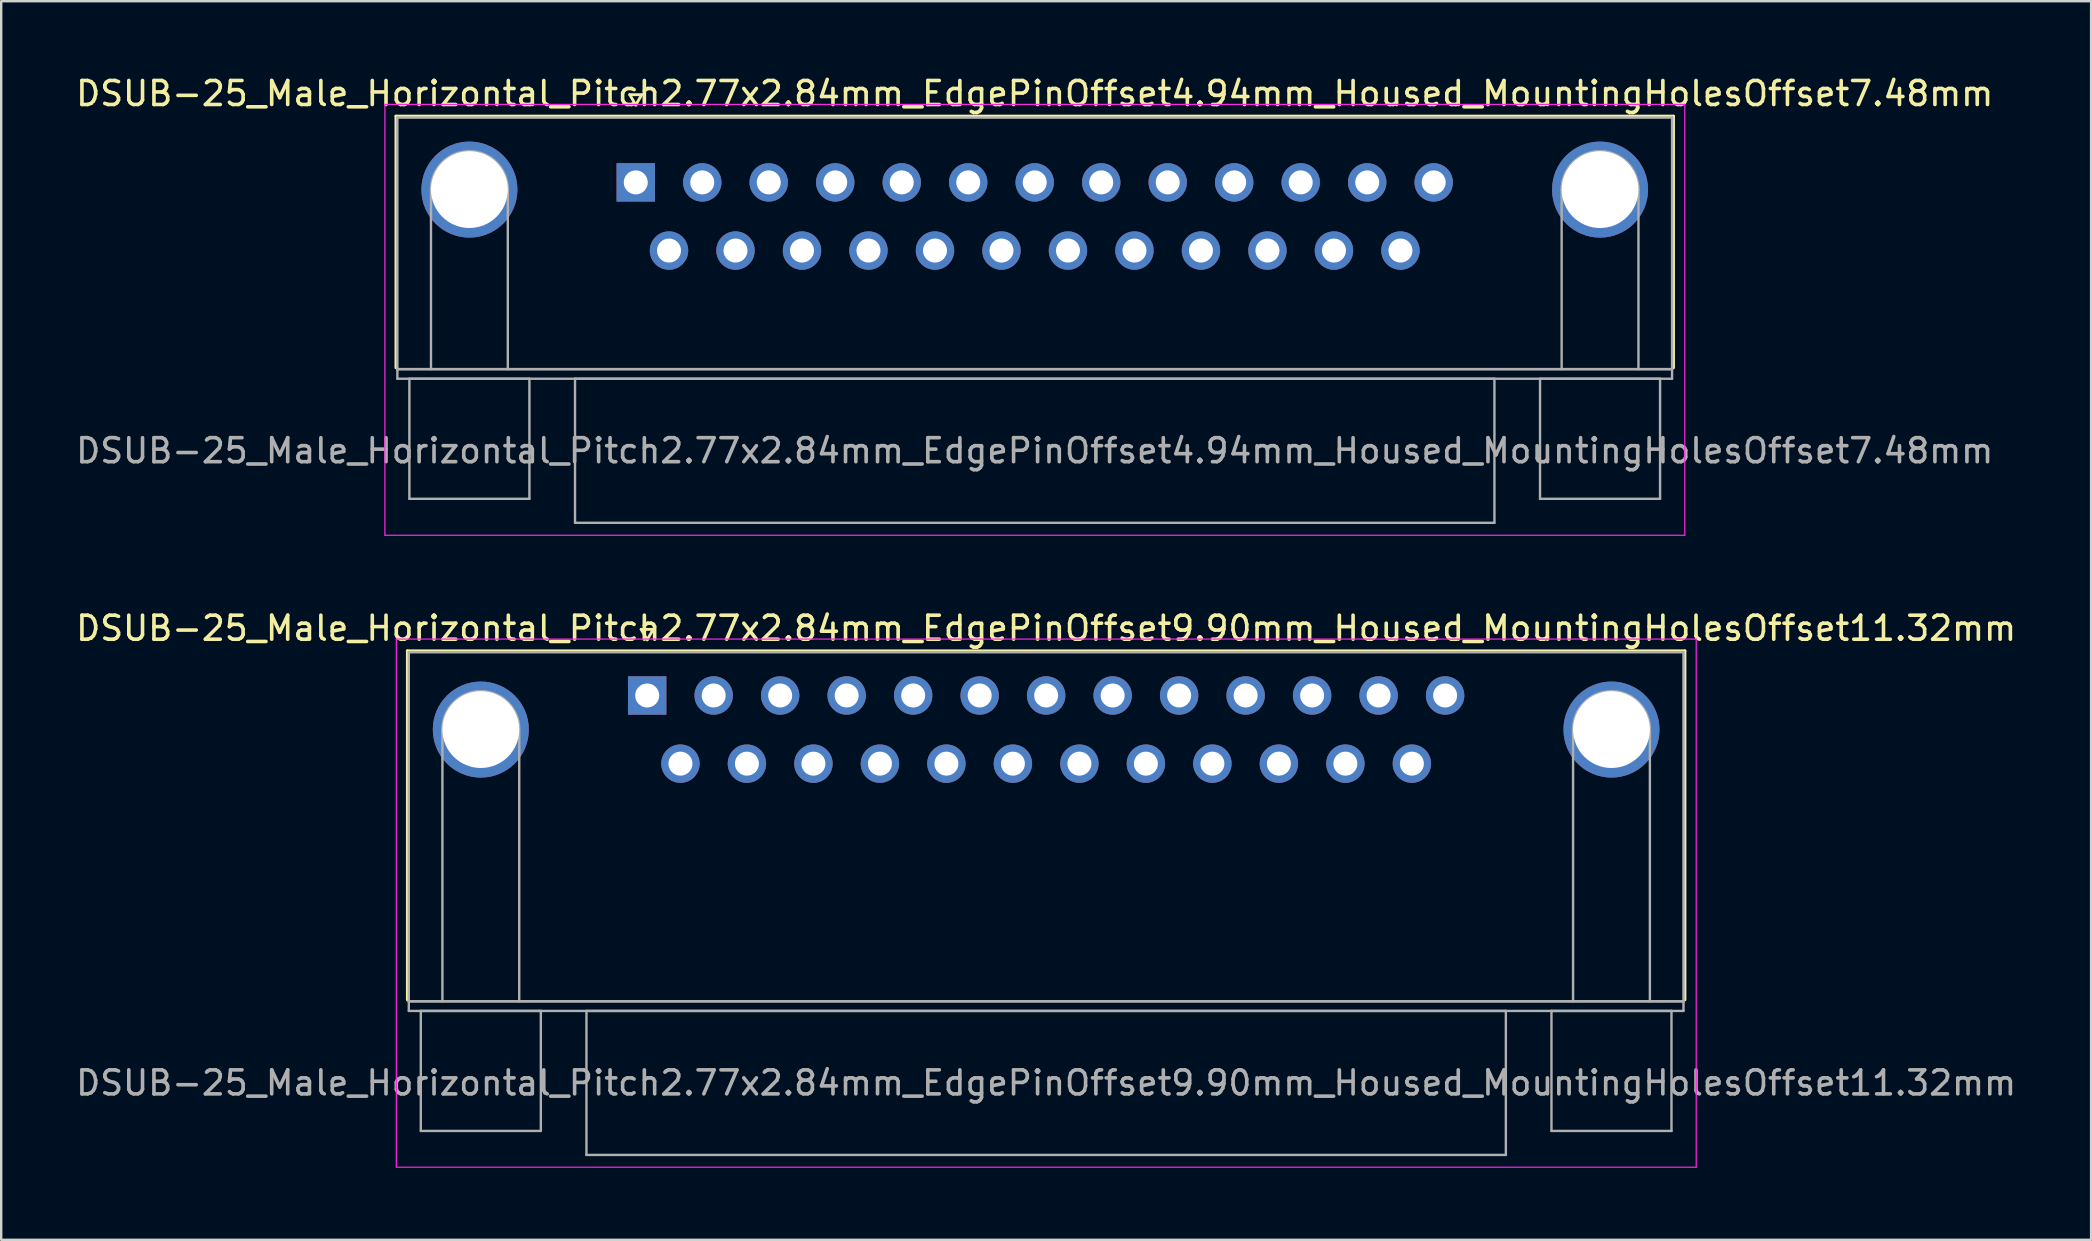
<source format=kicad_pcb>
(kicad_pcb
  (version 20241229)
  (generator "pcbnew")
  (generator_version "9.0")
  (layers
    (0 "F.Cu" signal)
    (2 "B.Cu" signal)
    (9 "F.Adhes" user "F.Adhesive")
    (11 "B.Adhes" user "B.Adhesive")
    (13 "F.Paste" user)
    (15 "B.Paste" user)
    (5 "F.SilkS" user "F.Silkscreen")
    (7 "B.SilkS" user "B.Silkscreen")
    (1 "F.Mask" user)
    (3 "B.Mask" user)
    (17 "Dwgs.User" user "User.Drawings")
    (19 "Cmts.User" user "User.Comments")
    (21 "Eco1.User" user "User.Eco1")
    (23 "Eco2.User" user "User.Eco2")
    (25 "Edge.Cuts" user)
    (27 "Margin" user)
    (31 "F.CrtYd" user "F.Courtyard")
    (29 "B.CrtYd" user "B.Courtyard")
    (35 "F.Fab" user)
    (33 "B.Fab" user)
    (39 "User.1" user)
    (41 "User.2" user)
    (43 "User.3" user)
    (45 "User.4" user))
  (footprint "DSUB-25_Male_Horizontal_Pitch2.77x2.84mm_EdgePinOffset4.94mm_Housed_MountingHolesOffset7.48mm"
    (layer "F.Cu")
    (at 23.434 4.548)
    (property "Reference" "DSUB-25_Male_Horizontal_Pitch2.77x2.84mm_EdgePinOffset4.94mm_Housed_MountingHolesOffset7.48mm" (at 16.62 -3.7 0) (layer "F.SilkS") (effects (font (size 1 1) (thickness 0.15))))
    (attr through_hole)
    (fp_line (start -9.99 -2.76) (end 43.23 -2.76) (stroke (width 0.12) (type solid)) (layer "F.SilkS"))
    (fp_line (start -9.99 7.72) (end -9.99 -2.76) (stroke (width 0.12) (type solid)) (layer "F.SilkS"))
    (fp_line (start -0.25 -3.654) (end 0.25 -3.654) (stroke (width 0.12) (type solid)) (layer "F.SilkS"))
    (fp_line (start 0 -3.221) (end -0.25 -3.654) (stroke (width 0.12) (type solid)) (layer "F.SilkS"))
    (fp_line (start 0.25 -3.654) (end 0 -3.221) (stroke (width 0.12) (type solid)) (layer "F.SilkS"))
    (fp_line (start 43.23 -2.76) (end 43.23 7.72) (stroke (width 0.12) (type solid)) (layer "F.SilkS"))
    (fp_line (start -10.45 -3.25) (end -10.45 14.7) (stroke (width 0.05) (type solid)) (layer "F.CrtYd"))
    (fp_line (start -10.45 14.7) (end 43.7 14.7) (stroke (width 0.05) (type solid)) (layer "F.CrtYd"))
    (fp_line (start 43.7 -3.25) (end -10.45 -3.25) (stroke (width 0.05) (type solid)) (layer "F.CrtYd"))
    (fp_line (start 43.7 14.7) (end 43.7 -3.25) (stroke (width 0.05) (type solid)) (layer "F.CrtYd"))
    (fp_line (start -9.93 -2.7) (end -9.93 7.78) (stroke (width 0.1) (type solid)) (layer "F.Fab"))
    (fp_line (start -9.93 7.78) (end -9.93 8.18) (stroke (width 0.1) (type solid)) (layer "F.Fab"))
    (fp_line (start -9.93 7.78) (end 43.17 7.78) (stroke (width 0.1) (type solid)) (layer "F.Fab"))
    (fp_line (start -9.93 8.18) (end 43.17 8.18) (stroke (width 0.1) (type solid)) (layer "F.Fab"))
    (fp_line (start -9.43 8.18) (end -9.43 13.18) (stroke (width 0.1) (type solid)) (layer "F.Fab"))
    (fp_line (start -9.43 13.18) (end -4.43 13.18) (stroke (width 0.1) (type solid)) (layer "F.Fab"))
    (fp_line (start -8.53 7.78) (end -8.53 0.3) (stroke (width 0.1) (type solid)) (layer "F.Fab"))
    (fp_line (start -5.33 7.78) (end -5.33 0.3) (stroke (width 0.1) (type solid)) (layer "F.Fab"))
    (fp_line (start -4.43 8.18) (end -9.43 8.18) (stroke (width 0.1) (type solid)) (layer "F.Fab"))
    (fp_line (start -4.43 13.18) (end -4.43 8.18) (stroke (width 0.1) (type solid)) (layer "F.Fab"))
    (fp_line (start -2.53 8.18) (end -2.53 14.18) (stroke (width 0.1) (type solid)) (layer "F.Fab"))
    (fp_line (start -2.53 14.18) (end 35.77 14.18) (stroke (width 0.1) (type solid)) (layer "F.Fab"))
    (fp_line (start 35.77 8.18) (end -2.53 8.18) (stroke (width 0.1) (type solid)) (layer "F.Fab"))
    (fp_line (start 35.77 14.18) (end 35.77 8.18) (stroke (width 0.1) (type solid)) (layer "F.Fab"))
    (fp_line (start 37.67 8.18) (end 37.67 13.18) (stroke (width 0.1) (type solid)) (layer "F.Fab"))
    (fp_line (start 37.67 13.18) (end 42.67 13.18) (stroke (width 0.1) (type solid)) (layer "F.Fab"))
    (fp_line (start 38.57 7.78) (end 38.57 0.3) (stroke (width 0.1) (type solid)) (layer "F.Fab"))
    (fp_line (start 41.77 7.78) (end 41.77 0.3) (stroke (width 0.1) (type solid)) (layer "F.Fab"))
    (fp_line (start 42.67 8.18) (end 37.67 8.18) (stroke (width 0.1) (type solid)) (layer "F.Fab"))
    (fp_line (start 42.67 13.18) (end 42.67 8.18) (stroke (width 0.1) (type solid)) (layer "F.Fab"))
    (fp_line (start 43.17 -2.7) (end -9.93 -2.7) (stroke (width 0.1) (type solid)) (layer "F.Fab"))
    (fp_line (start 43.17 7.78) (end -9.93 7.78) (stroke (width 0.1) (type solid)) (layer "F.Fab"))
    (fp_line (start 43.17 7.78) (end 43.17 -2.7) (stroke (width 0.1) (type solid)) (layer "F.Fab"))
    (fp_line (start 43.17 8.18) (end 43.17 7.78) (stroke (width 0.1) (type solid)) (layer "F.Fab"))
    (fp_arc (start -8.53 0.3) (mid -6.93 -1.3) (end -5.33 0.3) (stroke (width 0.1) (type solid)) (layer "F.Fab"))
    (fp_arc (start 38.57 0.3) (mid 40.17 -1.3) (end 41.77 0.3) (stroke (width 0.1) (type solid)) (layer "F.Fab"))
    (fp_text user "${REFERENCE}" (at 16.62 11.18 0) (layer "F.Fab") (effects (font (size 1 1) (thickness 0.15))))
    (pad "0" thru_hole circle (at -6.93 0.3) (size 4 4) (drill 3.2) (layers "*.Cu" "*.Mask"))
    (pad "0" thru_hole circle (at 40.17 0.3) (size 4 4) (drill 3.2) (layers "*.Cu" "*.Mask"))
    (pad "1" thru_hole rect (at 0 0) (size 1.6 1.6) (drill 1) (layers "*.Cu" "*.Mask"))
    (pad "2" thru_hole circle (at 2.77 0) (size 1.6 1.6) (drill 1) (layers "*.Cu" "*.Mask"))
    (pad "3" thru_hole circle (at 5.54 0) (size 1.6 1.6) (drill 1) (layers "*.Cu" "*.Mask"))
    (pad "4" thru_hole circle (at 8.31 0) (size 1.6 1.6) (drill 1) (layers "*.Cu" "*.Mask"))
    (pad "5" thru_hole circle (at 11.08 0) (size 1.6 1.6) (drill 1) (layers "*.Cu" "*.Mask"))
    (pad "6" thru_hole circle (at 13.85 0) (size 1.6 1.6) (drill 1) (layers "*.Cu" "*.Mask"))
    (pad "7" thru_hole circle (at 16.62 0) (size 1.6 1.6) (drill 1) (layers "*.Cu" "*.Mask"))
    (pad "8" thru_hole circle (at 19.39 0) (size 1.6 1.6) (drill 1) (layers "*.Cu" "*.Mask"))
    (pad "9" thru_hole circle (at 22.16 0) (size 1.6 1.6) (drill 1) (layers "*.Cu" "*.Mask"))
    (pad "10" thru_hole circle (at 24.93 0) (size 1.6 1.6) (drill 1) (layers "*.Cu" "*.Mask"))
    (pad "11" thru_hole circle (at 27.7 0) (size 1.6 1.6) (drill 1) (layers "*.Cu" "*.Mask"))
    (pad "12" thru_hole circle (at 30.47 0) (size 1.6 1.6) (drill 1) (layers "*.Cu" "*.Mask"))
    (pad "13" thru_hole circle (at 33.24 0) (size 1.6 1.6) (drill 1) (layers "*.Cu" "*.Mask"))
    (pad "14" thru_hole circle (at 1.385 2.84) (size 1.6 1.6) (drill 1) (layers "*.Cu" "*.Mask"))
    (pad "15" thru_hole circle (at 4.155 2.84) (size 1.6 1.6) (drill 1) (layers "*.Cu" "*.Mask"))
    (pad "16" thru_hole circle (at 6.925 2.84) (size 1.6 1.6) (drill 1) (layers "*.Cu" "*.Mask"))
    (pad "17" thru_hole circle (at 9.695 2.84) (size 1.6 1.6) (drill 1) (layers "*.Cu" "*.Mask"))
    (pad "18" thru_hole circle (at 12.465 2.84) (size 1.6 1.6) (drill 1) (layers "*.Cu" "*.Mask"))
    (pad "19" thru_hole circle (at 15.235 2.84) (size 1.6 1.6) (drill 1) (layers "*.Cu" "*.Mask"))
    (pad "20" thru_hole circle (at 18.005 2.84) (size 1.6 1.6) (drill 1) (layers "*.Cu" "*.Mask"))
    (pad "21" thru_hole circle (at 20.775 2.84) (size 1.6 1.6) (drill 1) (layers "*.Cu" "*.Mask"))
    (pad "22" thru_hole circle (at 23.545 2.84) (size 1.6 1.6) (drill 1) (layers "*.Cu" "*.Mask"))
    (pad "23" thru_hole circle (at 26.315 2.84) (size 1.6 1.6) (drill 1) (layers "*.Cu" "*.Mask"))
    (pad "24" thru_hole circle (at 29.085 2.84) (size 1.6 1.6) (drill 1) (layers "*.Cu" "*.Mask"))
    (pad "25" thru_hole circle (at 31.855 2.84) (size 1.6 1.6) (drill 1) (layers "*.Cu" "*.Mask")))
  (footprint "DSUB-25_Male_Horizontal_Pitch2.77x2.84mm_EdgePinOffset9.90mm_Housed_MountingHolesOffset11.32mm"
    (layer "F.Cu")
    (at 23.91 25.922)
    (property "Reference" "DSUB-25_Male_Horizontal_Pitch2.77x2.84mm_EdgePinOffset9.90mm_Housed_MountingHolesOffset11.32mm" (at 16.62 -2.8 0) (layer "F.SilkS") (effects (font (size 1 1) (thickness 0.15))))
    (attr through_hole)
    (fp_line (start -9.99 -1.86) (end 43.23 -1.86) (stroke (width 0.12) (type solid)) (layer "F.SilkS"))
    (fp_line (start -9.99 12.68) (end -9.99 -1.86) (stroke (width 0.12) (type solid)) (layer "F.SilkS"))
    (fp_line (start -0.25 -2.754) (end 0.25 -2.754) (stroke (width 0.12) (type solid)) (layer "F.SilkS"))
    (fp_line (start 0 -2.321) (end -0.25 -2.754) (stroke (width 0.12) (type solid)) (layer "F.SilkS"))
    (fp_line (start 0.25 -2.754) (end 0 -2.321) (stroke (width 0.12) (type solid)) (layer "F.SilkS"))
    (fp_line (start 43.23 -1.86) (end 43.23 12.68) (stroke (width 0.12) (type solid)) (layer "F.SilkS"))
    (fp_line (start -10.45 -2.35) (end -10.45 19.65) (stroke (width 0.05) (type solid)) (layer "F.CrtYd"))
    (fp_line (start -10.45 19.65) (end 43.7 19.65) (stroke (width 0.05) (type solid)) (layer "F.CrtYd"))
    (fp_line (start 43.7 -2.35) (end -10.45 -2.35) (stroke (width 0.05) (type solid)) (layer "F.CrtYd"))
    (fp_line (start 43.7 19.65) (end 43.7 -2.35) (stroke (width 0.05) (type solid)) (layer "F.CrtYd"))
    (fp_line (start -9.93 -1.8) (end -9.93 12.74) (stroke (width 0.1) (type solid)) (layer "F.Fab"))
    (fp_line (start -9.93 12.74) (end -9.93 13.14) (stroke (width 0.1) (type solid)) (layer "F.Fab"))
    (fp_line (start -9.93 12.74) (end 43.17 12.74) (stroke (width 0.1) (type solid)) (layer "F.Fab"))
    (fp_line (start -9.93 13.14) (end 43.17 13.14) (stroke (width 0.1) (type solid)) (layer "F.Fab"))
    (fp_line (start -9.43 13.14) (end -9.43 18.14) (stroke (width 0.1) (type solid)) (layer "F.Fab"))
    (fp_line (start -9.43 18.14) (end -4.43 18.14) (stroke (width 0.1) (type solid)) (layer "F.Fab"))
    (fp_line (start -8.53 12.74) (end -8.53 1.42) (stroke (width 0.1) (type solid)) (layer "F.Fab"))
    (fp_line (start -5.33 12.74) (end -5.33 1.42) (stroke (width 0.1) (type solid)) (layer "F.Fab"))
    (fp_line (start -4.43 13.14) (end -9.43 13.14) (stroke (width 0.1) (type solid)) (layer "F.Fab"))
    (fp_line (start -4.43 18.14) (end -4.43 13.14) (stroke (width 0.1) (type solid)) (layer "F.Fab"))
    (fp_line (start -2.53 13.14) (end -2.53 19.14) (stroke (width 0.1) (type solid)) (layer "F.Fab"))
    (fp_line (start -2.53 19.14) (end 35.77 19.14) (stroke (width 0.1) (type solid)) (layer "F.Fab"))
    (fp_line (start 35.77 13.14) (end -2.53 13.14) (stroke (width 0.1) (type solid)) (layer "F.Fab"))
    (fp_line (start 35.77 19.14) (end 35.77 13.14) (stroke (width 0.1) (type solid)) (layer "F.Fab"))
    (fp_line (start 37.67 13.14) (end 37.67 18.14) (stroke (width 0.1) (type solid)) (layer "F.Fab"))
    (fp_line (start 37.67 18.14) (end 42.67 18.14) (stroke (width 0.1) (type solid)) (layer "F.Fab"))
    (fp_line (start 38.57 12.74) (end 38.57 1.42) (stroke (width 0.1) (type solid)) (layer "F.Fab"))
    (fp_line (start 41.77 12.74) (end 41.77 1.42) (stroke (width 0.1) (type solid)) (layer "F.Fab"))
    (fp_line (start 42.67 13.14) (end 37.67 13.14) (stroke (width 0.1) (type solid)) (layer "F.Fab"))
    (fp_line (start 42.67 18.14) (end 42.67 13.14) (stroke (width 0.1) (type solid)) (layer "F.Fab"))
    (fp_line (start 43.17 -1.8) (end -9.93 -1.8) (stroke (width 0.1) (type solid)) (layer "F.Fab"))
    (fp_line (start 43.17 12.74) (end -9.93 12.74) (stroke (width 0.1) (type solid)) (layer "F.Fab"))
    (fp_line (start 43.17 12.74) (end 43.17 -1.8) (stroke (width 0.1) (type solid)) (layer "F.Fab"))
    (fp_line (start 43.17 13.14) (end 43.17 12.74) (stroke (width 0.1) (type solid)) (layer "F.Fab"))
    (fp_arc (start -8.53 1.42) (mid -6.93 -0.18) (end -5.33 1.42) (stroke (width 0.1) (type solid)) (layer "F.Fab"))
    (fp_arc (start 38.57 1.42) (mid 40.17 -0.18) (end 41.77 1.42) (stroke (width 0.1) (type solid)) (layer "F.Fab"))
    (fp_text user "${REFERENCE}" (at 16.62 16.14 0) (layer "F.Fab") (effects (font (size 1 1) (thickness 0.15))))
    (pad "0" thru_hole circle (at -6.93 1.42) (size 4 4) (drill 3.2) (layers "*.Cu" "*.Mask"))
    (pad "0" thru_hole circle (at 40.17 1.42) (size 4 4) (drill 3.2) (layers "*.Cu" "*.Mask"))
    (pad "1" thru_hole rect (at 0 0) (size 1.6 1.6) (drill 1) (layers "*.Cu" "*.Mask"))
    (pad "2" thru_hole circle (at 2.77 0) (size 1.6 1.6) (drill 1) (layers "*.Cu" "*.Mask"))
    (pad "3" thru_hole circle (at 5.54 0) (size 1.6 1.6) (drill 1) (layers "*.Cu" "*.Mask"))
    (pad "4" thru_hole circle (at 8.31 0) (size 1.6 1.6) (drill 1) (layers "*.Cu" "*.Mask"))
    (pad "5" thru_hole circle (at 11.08 0) (size 1.6 1.6) (drill 1) (layers "*.Cu" "*.Mask"))
    (pad "6" thru_hole circle (at 13.85 0) (size 1.6 1.6) (drill 1) (layers "*.Cu" "*.Mask"))
    (pad "7" thru_hole circle (at 16.62 0) (size 1.6 1.6) (drill 1) (layers "*.Cu" "*.Mask"))
    (pad "8" thru_hole circle (at 19.39 0) (size 1.6 1.6) (drill 1) (layers "*.Cu" "*.Mask"))
    (pad "9" thru_hole circle (at 22.16 0) (size 1.6 1.6) (drill 1) (layers "*.Cu" "*.Mask"))
    (pad "10" thru_hole circle (at 24.93 0) (size 1.6 1.6) (drill 1) (layers "*.Cu" "*.Mask"))
    (pad "11" thru_hole circle (at 27.7 0) (size 1.6 1.6) (drill 1) (layers "*.Cu" "*.Mask"))
    (pad "12" thru_hole circle (at 30.47 0) (size 1.6 1.6) (drill 1) (layers "*.Cu" "*.Mask"))
    (pad "13" thru_hole circle (at 33.24 0) (size 1.6 1.6) (drill 1) (layers "*.Cu" "*.Mask"))
    (pad "14" thru_hole circle (at 1.385 2.84) (size 1.6 1.6) (drill 1) (layers "*.Cu" "*.Mask"))
    (pad "15" thru_hole circle (at 4.155 2.84) (size 1.6 1.6) (drill 1) (layers "*.Cu" "*.Mask"))
    (pad "16" thru_hole circle (at 6.925 2.84) (size 1.6 1.6) (drill 1) (layers "*.Cu" "*.Mask"))
    (pad "17" thru_hole circle (at 9.695 2.84) (size 1.6 1.6) (drill 1) (layers "*.Cu" "*.Mask"))
    (pad "18" thru_hole circle (at 12.465 2.84) (size 1.6 1.6) (drill 1) (layers "*.Cu" "*.Mask"))
    (pad "19" thru_hole circle (at 15.235 2.84) (size 1.6 1.6) (drill 1) (layers "*.Cu" "*.Mask"))
    (pad "20" thru_hole circle (at 18.005 2.84) (size 1.6 1.6) (drill 1) (layers "*.Cu" "*.Mask"))
    (pad "21" thru_hole circle (at 20.775 2.84) (size 1.6 1.6) (drill 1) (layers "*.Cu" "*.Mask"))
    (pad "22" thru_hole circle (at 23.545 2.84) (size 1.6 1.6) (drill 1) (layers "*.Cu" "*.Mask"))
    (pad "23" thru_hole circle (at 26.315 2.84) (size 1.6 1.6) (drill 1) (layers "*.Cu" "*.Mask"))
    (pad "24" thru_hole circle (at 29.085 2.84) (size 1.6 1.6) (drill 1) (layers "*.Cu" "*.Mask"))
    (pad "25" thru_hole circle (at 31.855 2.84) (size 1.6 1.6) (drill 1) (layers "*.Cu" "*.Mask")))
  (gr_rect
    (start -3 -3)
    (end 84.06 48.596)
    (stroke (width 0.1) (type default))
    (fill no)
    (layer "Edge.Cuts")))
</source>
